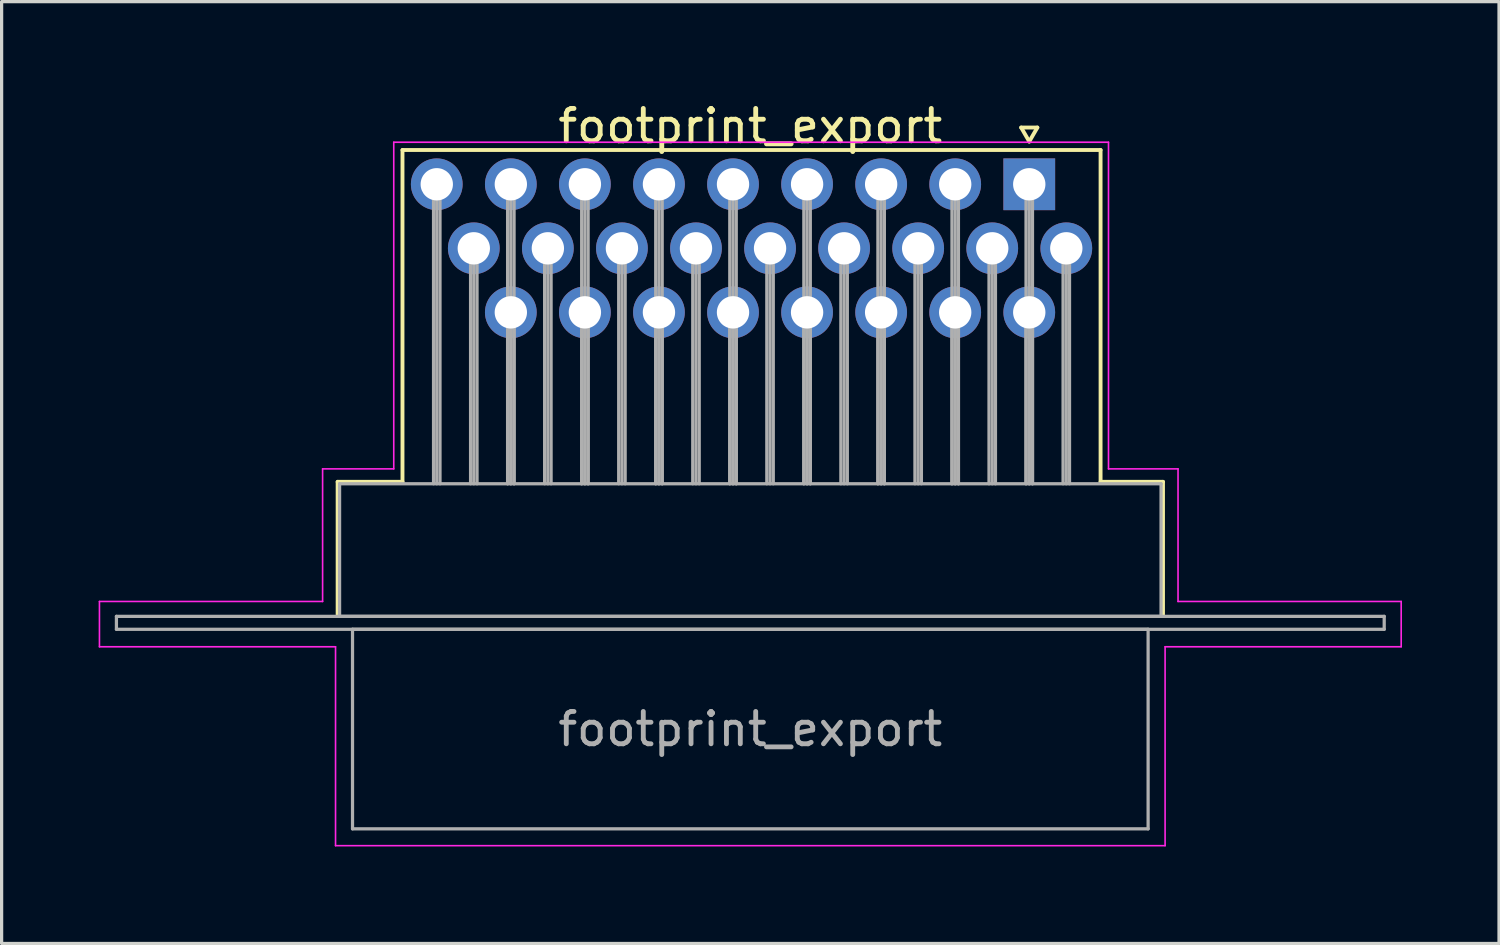
<source format=kicad_pcb>
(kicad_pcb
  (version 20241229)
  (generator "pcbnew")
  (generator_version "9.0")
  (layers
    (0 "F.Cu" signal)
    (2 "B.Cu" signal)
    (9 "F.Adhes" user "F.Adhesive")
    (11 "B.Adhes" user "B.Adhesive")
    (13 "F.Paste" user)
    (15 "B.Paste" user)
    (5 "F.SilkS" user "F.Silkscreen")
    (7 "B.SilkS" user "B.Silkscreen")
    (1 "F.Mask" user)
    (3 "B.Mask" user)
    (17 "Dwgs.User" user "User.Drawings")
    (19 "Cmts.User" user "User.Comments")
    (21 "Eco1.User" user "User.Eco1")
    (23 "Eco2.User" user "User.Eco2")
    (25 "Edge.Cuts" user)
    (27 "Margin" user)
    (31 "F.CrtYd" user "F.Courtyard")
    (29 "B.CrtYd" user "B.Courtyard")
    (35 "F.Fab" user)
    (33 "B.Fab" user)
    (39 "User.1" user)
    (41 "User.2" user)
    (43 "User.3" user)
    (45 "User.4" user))
  (footprint "footprint_export"
    (layer "F.Cu")
    (at 28.775 2.648)
    (property "Reference" "footprint_export" (at -8.625 -1.8 0) (layer "F.SilkS") (effects (font (size 1 1) (thickness 0.15))))
    (attr through_hole)
    (fp_line (start -21.385 9.2) (end -19.38 9.2) (stroke (width 0.12) (type solid)) (layer "F.SilkS"))
    (fp_line (start -21.385 13.3) (end -21.385 9.2) (stroke (width 0.12) (type solid)) (layer "F.SilkS"))
    (fp_line (start -19.38 -1.06) (end 2.205 -1.06) (stroke (width 0.12) (type solid)) (layer "F.SilkS"))
    (fp_line (start -19.38 9.2) (end -19.38 -1.06) (stroke (width 0.12) (type solid)) (layer "F.SilkS"))
    (fp_line (start -0.25 -1.754) (end 0.25 -1.754) (stroke (width 0.12) (type solid)) (layer "F.SilkS"))
    (fp_line (start 0 -1.321) (end -0.25 -1.754) (stroke (width 0.12) (type solid)) (layer "F.SilkS"))
    (fp_line (start 0.25 -1.754) (end 0 -1.321) (stroke (width 0.12) (type solid)) (layer "F.SilkS"))
    (fp_line (start 2.205 -1.06) (end 2.205 9.2) (stroke (width 0.12) (type solid)) (layer "F.SilkS"))
    (fp_line (start 2.205 9.2) (end 4.135 9.2) (stroke (width 0.12) (type solid)) (layer "F.SilkS"))
    (fp_line (start 4.135 9.2) (end 4.135 13.3) (stroke (width 0.12) (type solid)) (layer "F.SilkS"))
    (fp_line (start -28.75 12.9) (end -21.85 12.9) (stroke (width 0.05) (type solid)) (layer "F.CrtYd"))
    (fp_line (start -28.75 14.3) (end -28.75 12.9) (stroke (width 0.05) (type solid)) (layer "F.CrtYd"))
    (fp_line (start -21.85 8.8) (end -19.65 8.8) (stroke (width 0.05) (type solid)) (layer "F.CrtYd"))
    (fp_line (start -21.85 12.9) (end -21.85 8.8) (stroke (width 0.05) (type solid)) (layer "F.CrtYd"))
    (fp_line (start -21.45 14.3) (end -28.75 14.3) (stroke (width 0.05) (type solid)) (layer "F.CrtYd"))
    (fp_line (start -21.45 20.45) (end -21.45 14.3) (stroke (width 0.05) (type solid)) (layer "F.CrtYd"))
    (fp_line (start -19.65 -1.3) (end 2.45 -1.3) (stroke (width 0.05) (type solid)) (layer "F.CrtYd"))
    (fp_line (start -19.65 8.8) (end -19.65 -1.3) (stroke (width 0.05) (type solid)) (layer "F.CrtYd"))
    (fp_line (start 2.45 -1.3) (end 2.45 8.8) (stroke (width 0.05) (type solid)) (layer "F.CrtYd"))
    (fp_line (start 2.45 8.8) (end 4.6 8.8) (stroke (width 0.05) (type solid)) (layer "F.CrtYd"))
    (fp_line (start 4.2 14.3) (end 4.2 20.45) (stroke (width 0.05) (type solid)) (layer "F.CrtYd"))
    (fp_line (start 4.2 20.45) (end -21.45 20.45) (stroke (width 0.05) (type solid)) (layer "F.CrtYd"))
    (fp_line (start 4.6 8.8) (end 4.6 12.9) (stroke (width 0.05) (type solid)) (layer "F.CrtYd"))
    (fp_line (start 4.6 12.9) (end 11.5 12.9) (stroke (width 0.05) (type solid)) (layer "F.CrtYd"))
    (fp_line (start 11.5 12.9) (end 11.5 14.3) (stroke (width 0.05) (type solid)) (layer "F.CrtYd"))
    (fp_line (start 11.5 14.3) (end 4.2 14.3) (stroke (width 0.05) (type solid)) (layer "F.CrtYd"))
    (fp_line (start -28.225 13.36) (end -28.225 13.76) (stroke (width 0.1) (type solid)) (layer "F.Fab"))
    (fp_line (start -28.225 13.76) (end 10.975 13.76) (stroke (width 0.1) (type solid)) (layer "F.Fab"))
    (fp_line (start -21.325 9.26) (end -21.325 13.36) (stroke (width 0.1) (type solid)) (layer "F.Fab"))
    (fp_line (start -21.325 13.36) (end 4.075 13.36) (stroke (width 0.1) (type solid)) (layer "F.Fab"))
    (fp_line (start -20.925 13.76) (end -20.925 19.93) (stroke (width 0.1) (type solid)) (layer "F.Fab"))
    (fp_line (start -20.925 19.93) (end 3.675 19.93) (stroke (width 0.1) (type solid)) (layer "F.Fab"))
    (fp_line (start -18.42 0) (end -18.42 9.26) (stroke (width 0.1) (type solid)) (layer "F.Fab"))
    (fp_line (start -18.32 0) (end -18.32 9.26) (stroke (width 0.1) (type solid)) (layer "F.Fab"))
    (fp_line (start -18.22 0) (end -18.22 9.26) (stroke (width 0.1) (type solid)) (layer "F.Fab"))
    (fp_line (start -17.275 1.98) (end -17.275 9.26) (stroke (width 0.1) (type solid)) (layer "F.Fab"))
    (fp_line (start -17.175 1.98) (end -17.175 9.26) (stroke (width 0.1) (type solid)) (layer "F.Fab"))
    (fp_line (start -17.075 1.98) (end -17.075 9.26) (stroke (width 0.1) (type solid)) (layer "F.Fab"))
    (fp_line (start -16.13 0) (end -16.13 9.26) (stroke (width 0.1) (type solid)) (layer "F.Fab"))
    (fp_line (start -16.13 3.96) (end -16.13 9.26) (stroke (width 0.1) (type solid)) (layer "F.Fab"))
    (fp_line (start -16.03 0) (end -16.03 9.26) (stroke (width 0.1) (type solid)) (layer "F.Fab"))
    (fp_line (start -16.03 3.96) (end -16.03 9.26) (stroke (width 0.1) (type solid)) (layer "F.Fab"))
    (fp_line (start -15.93 0) (end -15.93 9.26) (stroke (width 0.1) (type solid)) (layer "F.Fab"))
    (fp_line (start -15.93 3.96) (end -15.93 9.26) (stroke (width 0.1) (type solid)) (layer "F.Fab"))
    (fp_line (start -14.985 1.98) (end -14.985 9.26) (stroke (width 0.1) (type solid)) (layer "F.Fab"))
    (fp_line (start -14.885 1.98) (end -14.885 9.26) (stroke (width 0.1) (type solid)) (layer "F.Fab"))
    (fp_line (start -14.785 1.98) (end -14.785 9.26) (stroke (width 0.1) (type solid)) (layer "F.Fab"))
    (fp_line (start -13.84 0) (end -13.84 9.26) (stroke (width 0.1) (type solid)) (layer "F.Fab"))
    (fp_line (start -13.84 3.96) (end -13.84 9.26) (stroke (width 0.1) (type solid)) (layer "F.Fab"))
    (fp_line (start -13.74 0) (end -13.74 9.26) (stroke (width 0.1) (type solid)) (layer "F.Fab"))
    (fp_line (start -13.74 3.96) (end -13.74 9.26) (stroke (width 0.1) (type solid)) (layer "F.Fab"))
    (fp_line (start -13.64 0) (end -13.64 9.26) (stroke (width 0.1) (type solid)) (layer "F.Fab"))
    (fp_line (start -13.64 3.96) (end -13.64 9.26) (stroke (width 0.1) (type solid)) (layer "F.Fab"))
    (fp_line (start -12.695 1.98) (end -12.695 9.26) (stroke (width 0.1) (type solid)) (layer "F.Fab"))
    (fp_line (start -12.595 1.98) (end -12.595 9.26) (stroke (width 0.1) (type solid)) (layer "F.Fab"))
    (fp_line (start -12.495 1.98) (end -12.495 9.26) (stroke (width 0.1) (type solid)) (layer "F.Fab"))
    (fp_line (start -11.55 0) (end -11.55 9.26) (stroke (width 0.1) (type solid)) (layer "F.Fab"))
    (fp_line (start -11.55 3.96) (end -11.55 9.26) (stroke (width 0.1) (type solid)) (layer "F.Fab"))
    (fp_line (start -11.45 0) (end -11.45 9.26) (stroke (width 0.1) (type solid)) (layer "F.Fab"))
    (fp_line (start -11.45 3.96) (end -11.45 9.26) (stroke (width 0.1) (type solid)) (layer "F.Fab"))
    (fp_line (start -11.35 0) (end -11.35 9.26) (stroke (width 0.1) (type solid)) (layer "F.Fab"))
    (fp_line (start -11.35 3.96) (end -11.35 9.26) (stroke (width 0.1) (type solid)) (layer "F.Fab"))
    (fp_line (start -10.405 1.98) (end -10.405 9.26) (stroke (width 0.1) (type solid)) (layer "F.Fab"))
    (fp_line (start -10.305 1.98) (end -10.305 9.26) (stroke (width 0.1) (type solid)) (layer "F.Fab"))
    (fp_line (start -10.205 1.98) (end -10.205 9.26) (stroke (width 0.1) (type solid)) (layer "F.Fab"))
    (fp_line (start -9.26 0) (end -9.26 9.26) (stroke (width 0.1) (type solid)) (layer "F.Fab"))
    (fp_line (start -9.26 3.96) (end -9.26 9.26) (stroke (width 0.1) (type solid)) (layer "F.Fab"))
    (fp_line (start -9.16 0) (end -9.16 9.26) (stroke (width 0.1) (type solid)) (layer "F.Fab"))
    (fp_line (start -9.16 3.96) (end -9.16 9.26) (stroke (width 0.1) (type solid)) (layer "F.Fab"))
    (fp_line (start -9.06 0) (end -9.06 9.26) (stroke (width 0.1) (type solid)) (layer "F.Fab"))
    (fp_line (start -9.06 3.96) (end -9.06 9.26) (stroke (width 0.1) (type solid)) (layer "F.Fab"))
    (fp_line (start -8.115 1.98) (end -8.115 9.26) (stroke (width 0.1) (type solid)) (layer "F.Fab"))
    (fp_line (start -8.015 1.98) (end -8.015 9.26) (stroke (width 0.1) (type solid)) (layer "F.Fab"))
    (fp_line (start -7.915 1.98) (end -7.915 9.26) (stroke (width 0.1) (type solid)) (layer "F.Fab"))
    (fp_line (start -6.97 0) (end -6.97 9.26) (stroke (width 0.1) (type solid)) (layer "F.Fab"))
    (fp_line (start -6.97 3.96) (end -6.97 9.26) (stroke (width 0.1) (type solid)) (layer "F.Fab"))
    (fp_line (start -6.87 0) (end -6.87 9.26) (stroke (width 0.1) (type solid)) (layer "F.Fab"))
    (fp_line (start -6.87 3.96) (end -6.87 9.26) (stroke (width 0.1) (type solid)) (layer "F.Fab"))
    (fp_line (start -6.77 0) (end -6.77 9.26) (stroke (width 0.1) (type solid)) (layer "F.Fab"))
    (fp_line (start -6.77 3.96) (end -6.77 9.26) (stroke (width 0.1) (type solid)) (layer "F.Fab"))
    (fp_line (start -5.825 1.98) (end -5.825 9.26) (stroke (width 0.1) (type solid)) (layer "F.Fab"))
    (fp_line (start -5.725 1.98) (end -5.725 9.26) (stroke (width 0.1) (type solid)) (layer "F.Fab"))
    (fp_line (start -5.625 1.98) (end -5.625 9.26) (stroke (width 0.1) (type solid)) (layer "F.Fab"))
    (fp_line (start -4.68 0) (end -4.68 9.26) (stroke (width 0.1) (type solid)) (layer "F.Fab"))
    (fp_line (start -4.68 3.96) (end -4.68 9.26) (stroke (width 0.1) (type solid)) (layer "F.Fab"))
    (fp_line (start -4.58 0) (end -4.58 9.26) (stroke (width 0.1) (type solid)) (layer "F.Fab"))
    (fp_line (start -4.58 3.96) (end -4.58 9.26) (stroke (width 0.1) (type solid)) (layer "F.Fab"))
    (fp_line (start -4.48 0) (end -4.48 9.26) (stroke (width 0.1) (type solid)) (layer "F.Fab"))
    (fp_line (start -4.48 3.96) (end -4.48 9.26) (stroke (width 0.1) (type solid)) (layer "F.Fab"))
    (fp_line (start -3.535 1.98) (end -3.535 9.26) (stroke (width 0.1) (type solid)) (layer "F.Fab"))
    (fp_line (start -3.435 1.98) (end -3.435 9.26) (stroke (width 0.1) (type solid)) (layer "F.Fab"))
    (fp_line (start -3.335 1.98) (end -3.335 9.26) (stroke (width 0.1) (type solid)) (layer "F.Fab"))
    (fp_line (start -2.39 0) (end -2.39 9.26) (stroke (width 0.1) (type solid)) (layer "F.Fab"))
    (fp_line (start -2.39 3.96) (end -2.39 9.26) (stroke (width 0.1) (type solid)) (layer "F.Fab"))
    (fp_line (start -2.29 0) (end -2.29 9.26) (stroke (width 0.1) (type solid)) (layer "F.Fab"))
    (fp_line (start -2.29 3.96) (end -2.29 9.26) (stroke (width 0.1) (type solid)) (layer "F.Fab"))
    (fp_line (start -2.19 0) (end -2.19 9.26) (stroke (width 0.1) (type solid)) (layer "F.Fab"))
    (fp_line (start -2.19 3.96) (end -2.19 9.26) (stroke (width 0.1) (type solid)) (layer "F.Fab"))
    (fp_line (start -1.245 1.98) (end -1.245 9.26) (stroke (width 0.1) (type solid)) (layer "F.Fab"))
    (fp_line (start -1.145 1.98) (end -1.145 9.26) (stroke (width 0.1) (type solid)) (layer "F.Fab"))
    (fp_line (start -1.045 1.98) (end -1.045 9.26) (stroke (width 0.1) (type solid)) (layer "F.Fab"))
    (fp_line (start -0.1 0) (end -0.1 9.26) (stroke (width 0.1) (type solid)) (layer "F.Fab"))
    (fp_line (start -0.1 3.96) (end -0.1 9.26) (stroke (width 0.1) (type solid)) (layer "F.Fab"))
    (fp_line (start 0 0) (end 0 9.26) (stroke (width 0.1) (type solid)) (layer "F.Fab"))
    (fp_line (start 0 3.96) (end 0 9.26) (stroke (width 0.1) (type solid)) (layer "F.Fab"))
    (fp_line (start 0.1 0) (end 0.1 9.26) (stroke (width 0.1) (type solid)) (layer "F.Fab"))
    (fp_line (start 0.1 3.96) (end 0.1 9.26) (stroke (width 0.1) (type solid)) (layer "F.Fab"))
    (fp_line (start 1.045 1.98) (end 1.045 9.26) (stroke (width 0.1) (type solid)) (layer "F.Fab"))
    (fp_line (start 1.145 1.98) (end 1.145 9.26) (stroke (width 0.1) (type solid)) (layer "F.Fab"))
    (fp_line (start 1.245 1.98) (end 1.245 9.26) (stroke (width 0.1) (type solid)) (layer "F.Fab"))
    (fp_line (start 3.675 13.76) (end -20.925 13.76) (stroke (width 0.1) (type solid)) (layer "F.Fab"))
    (fp_line (start 3.675 19.93) (end 3.675 13.76) (stroke (width 0.1) (type solid)) (layer "F.Fab"))
    (fp_line (start 4.075 9.26) (end -21.325 9.26) (stroke (width 0.1) (type solid)) (layer "F.Fab"))
    (fp_line (start 4.075 13.36) (end 4.075 9.26) (stroke (width 0.1) (type solid)) (layer "F.Fab"))
    (fp_line (start 10.975 13.36) (end -28.225 13.36) (stroke (width 0.1) (type solid)) (layer "F.Fab"))
    (fp_line (start 10.975 13.76) (end 10.975 13.36) (stroke (width 0.1) (type solid)) (layer "F.Fab"))
    (fp_text user "${REFERENCE}" (at -8.625 16.845 0) (layer "F.Fab") (effects (font (size 1 1) (thickness 0.15))))
    (pad "1" thru_hole rect (at 0 0) (size 1.6 1.6) (drill 1) (layers "*.Cu" "*.Mask"))
    (pad "2" thru_hole circle (at -2.29 0) (size 1.6 1.6) (drill 1) (layers "*.Cu" "*.Mask"))
    (pad "3" thru_hole circle (at -4.58 0) (size 1.6 1.6) (drill 1) (layers "*.Cu" "*.Mask"))
    (pad "4" thru_hole circle (at -6.87 0) (size 1.6 1.6) (drill 1) (layers "*.Cu" "*.Mask"))
    (pad "5" thru_hole circle (at -9.16 0) (size 1.6 1.6) (drill 1) (layers "*.Cu" "*.Mask"))
    (pad "6" thru_hole circle (at -11.45 0) (size 1.6 1.6) (drill 1) (layers "*.Cu" "*.Mask"))
    (pad "7" thru_hole circle (at -13.74 0) (size 1.6 1.6) (drill 1) (layers "*.Cu" "*.Mask"))
    (pad "8" thru_hole circle (at -16.03 0) (size 1.6 1.6) (drill 1) (layers "*.Cu" "*.Mask"))
    (pad "9" thru_hole circle (at -18.32 0) (size 1.6 1.6) (drill 1) (layers "*.Cu" "*.Mask"))
    (pad "10" thru_hole circle (at 1.145 1.98) (size 1.6 1.6) (drill 1) (layers "*.Cu" "*.Mask"))
    (pad "11" thru_hole circle (at -1.145 1.98) (size 1.6 1.6) (drill 1) (layers "*.Cu" "*.Mask"))
    (pad "12" thru_hole circle (at -3.435 1.98) (size 1.6 1.6) (drill 1) (layers "*.Cu" "*.Mask"))
    (pad "13" thru_hole circle (at -5.725 1.98) (size 1.6 1.6) (drill 1) (layers "*.Cu" "*.Mask"))
    (pad "14" thru_hole circle (at -8.015 1.98) (size 1.6 1.6) (drill 1) (layers "*.Cu" "*.Mask"))
    (pad "15" thru_hole circle (at -10.305 1.98) (size 1.6 1.6) (drill 1) (layers "*.Cu" "*.Mask"))
    (pad "16" thru_hole circle (at -12.595 1.98) (size 1.6 1.6) (drill 1) (layers "*.Cu" "*.Mask"))
    (pad "17" thru_hole circle (at -14.885 1.98) (size 1.6 1.6) (drill 1) (layers "*.Cu" "*.Mask"))
    (pad "18" thru_hole circle (at -17.175 1.98) (size 1.6 1.6) (drill 1) (layers "*.Cu" "*.Mask"))
    (pad "19" thru_hole circle (at 0 3.96) (size 1.6 1.6) (drill 1) (layers "*.Cu" "*.Mask"))
    (pad "20" thru_hole circle (at -2.29 3.96) (size 1.6 1.6) (drill 1) (layers "*.Cu" "*.Mask"))
    (pad "21" thru_hole circle (at -4.58 3.96) (size 1.6 1.6) (drill 1) (layers "*.Cu" "*.Mask"))
    (pad "22" thru_hole circle (at -6.87 3.96) (size 1.6 1.6) (drill 1) (layers "*.Cu" "*.Mask"))
    (pad "23" thru_hole circle (at -9.16 3.96) (size 1.6 1.6) (drill 1) (layers "*.Cu" "*.Mask"))
    (pad "24" thru_hole circle (at -11.45 3.96) (size 1.6 1.6) (drill 1) (layers "*.Cu" "*.Mask"))
    (pad "25" thru_hole circle (at -13.74 3.96) (size 1.6 1.6) (drill 1) (layers "*.Cu" "*.Mask"))
    (pad "26" thru_hole circle (at -16.03 3.96) (size 1.6 1.6) (drill 1) (layers "*.Cu" "*.Mask")))
  (gr_rect
    (start -3 -3)
    (end 43.3 26.123)
    (stroke (width 0.1) (type default))
    (fill no)
    (layer "Edge.Cuts")))
</source>
